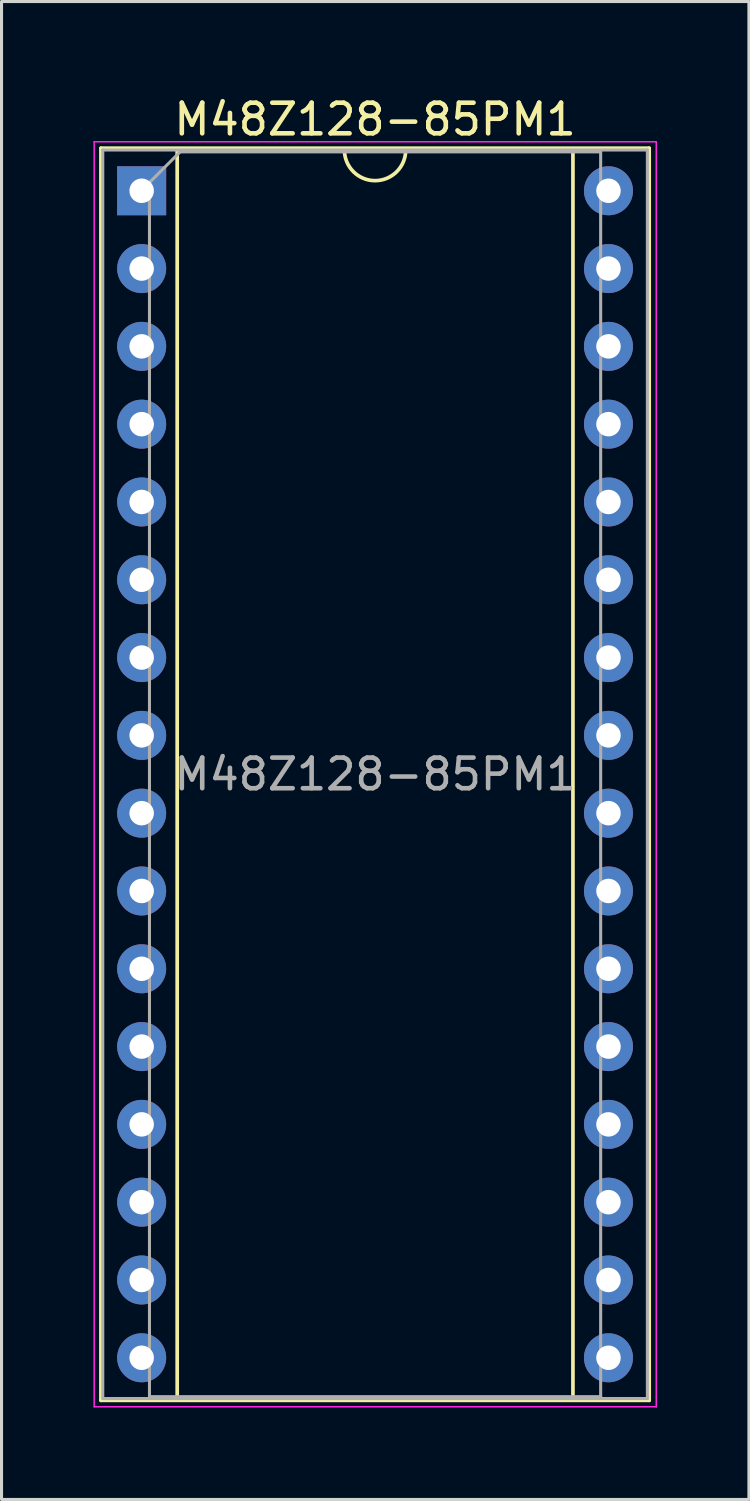
<source format=kicad_pcb>
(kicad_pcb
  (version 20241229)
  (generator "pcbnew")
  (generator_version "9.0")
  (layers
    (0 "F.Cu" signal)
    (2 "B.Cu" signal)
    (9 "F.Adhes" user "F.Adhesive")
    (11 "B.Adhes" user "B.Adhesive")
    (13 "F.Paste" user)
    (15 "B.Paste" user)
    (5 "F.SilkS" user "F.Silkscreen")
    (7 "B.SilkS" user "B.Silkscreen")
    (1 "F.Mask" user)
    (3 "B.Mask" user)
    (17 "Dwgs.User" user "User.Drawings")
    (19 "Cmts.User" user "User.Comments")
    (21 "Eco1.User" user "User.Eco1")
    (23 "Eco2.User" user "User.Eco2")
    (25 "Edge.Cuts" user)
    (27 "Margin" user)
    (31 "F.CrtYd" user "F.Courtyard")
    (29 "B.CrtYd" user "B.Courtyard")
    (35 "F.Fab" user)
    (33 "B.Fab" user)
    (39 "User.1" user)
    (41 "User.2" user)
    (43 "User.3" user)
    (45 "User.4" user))
  (footprint "M48Z128-85PM1"
    (layer "F.Cu")
    (at 1.575 3.178)
    (property "Reference" "M48Z128-85PM1" (at 7.62 -2.33 0) (layer "F.SilkS") (effects (font (size 1 1) (thickness 0.15))))
    (attr through_hole)
    (fp_line (start -1.33 -1.39) (end -1.33 39.49) (stroke (width 0.12) (type solid)) (layer "F.SilkS"))
    (fp_line (start -1.33 39.49) (end 16.57 39.49) (stroke (width 0.12) (type solid)) (layer "F.SilkS"))
    (fp_line (start 1.16 -1.33) (end 1.16 39.43) (stroke (width 0.12) (type solid)) (layer "F.SilkS"))
    (fp_line (start 1.16 39.43) (end 14.08 39.43) (stroke (width 0.12) (type solid)) (layer "F.SilkS"))
    (fp_line (start 6.62 -1.33) (end 1.16 -1.33) (stroke (width 0.12) (type solid)) (layer "F.SilkS"))
    (fp_line (start 14.08 -1.33) (end 8.62 -1.33) (stroke (width 0.12) (type solid)) (layer "F.SilkS"))
    (fp_line (start 14.08 39.43) (end 14.08 -1.33) (stroke (width 0.12) (type solid)) (layer "F.SilkS"))
    (fp_line (start 16.57 -1.39) (end -1.33 -1.39) (stroke (width 0.12) (type solid)) (layer "F.SilkS"))
    (fp_line (start 16.57 39.49) (end 16.57 -1.39) (stroke (width 0.12) (type solid)) (layer "F.SilkS"))
    (fp_arc (start 8.62 -1.33) (mid 7.62 -0.33) (end 6.62 -1.33) (stroke (width 0.12) (type solid)) (layer "F.SilkS"))
    (fp_line (start -1.55 -1.6) (end -1.55 39.7) (stroke (width 0.05) (type solid)) (layer "F.CrtYd"))
    (fp_line (start -1.55 39.7) (end 16.8 39.7) (stroke (width 0.05) (type solid)) (layer "F.CrtYd"))
    (fp_line (start 16.8 -1.6) (end -1.55 -1.6) (stroke (width 0.05) (type solid)) (layer "F.CrtYd"))
    (fp_line (start 16.8 39.7) (end 16.8 -1.6) (stroke (width 0.05) (type solid)) (layer "F.CrtYd"))
    (fp_line (start -1.27 -1.33) (end -1.27 39.43) (stroke (width 0.1) (type solid)) (layer "F.Fab"))
    (fp_line (start -1.27 39.43) (end 16.51 39.43) (stroke (width 0.1) (type solid)) (layer "F.Fab"))
    (fp_line (start 0.255 -0.27) (end 1.255 -1.27) (stroke (width 0.1) (type solid)) (layer "F.Fab"))
    (fp_line (start 0.255 39.37) (end 0.255 -0.27) (stroke (width 0.1) (type solid)) (layer "F.Fab"))
    (fp_line (start 1.255 -1.27) (end 14.985 -1.27) (stroke (width 0.1) (type solid)) (layer "F.Fab"))
    (fp_line (start 14.985 -1.27) (end 14.985 39.37) (stroke (width 0.1) (type solid)) (layer "F.Fab"))
    (fp_line (start 14.985 39.37) (end 0.255 39.37) (stroke (width 0.1) (type solid)) (layer "F.Fab"))
    (fp_line (start 16.51 -1.33) (end -1.27 -1.33) (stroke (width 0.1) (type solid)) (layer "F.Fab"))
    (fp_line (start 16.51 39.43) (end 16.51 -1.33) (stroke (width 0.1) (type solid)) (layer "F.Fab"))
    (fp_text user "${REFERENCE}" (at 7.62 19.05 0) (layer "F.Fab") (effects (font (size 1 1) (thickness 0.15))))
    (pad "1" thru_hole rect (at 0 0) (size 1.6 1.6) (drill 0.8) (layers "*.Cu" "*.Mask"))
    (pad "2" thru_hole oval (at 0 2.54) (size 1.6 1.6) (drill 0.8) (layers "*.Cu" "*.Mask"))
    (pad "3" thru_hole oval (at 0 5.08) (size 1.6 1.6) (drill 0.8) (layers "*.Cu" "*.Mask"))
    (pad "4" thru_hole oval (at 0 7.62) (size 1.6 1.6) (drill 0.8) (layers "*.Cu" "*.Mask"))
    (pad "5" thru_hole oval (at 0 10.16) (size 1.6 1.6) (drill 0.8) (layers "*.Cu" "*.Mask"))
    (pad "6" thru_hole oval (at 0 12.7) (size 1.6 1.6) (drill 0.8) (layers "*.Cu" "*.Mask"))
    (pad "7" thru_hole oval (at 0 15.24) (size 1.6 1.6) (drill 0.8) (layers "*.Cu" "*.Mask"))
    (pad "8" thru_hole oval (at 0 17.78) (size 1.6 1.6) (drill 0.8) (layers "*.Cu" "*.Mask"))
    (pad "9" thru_hole oval (at 0 20.32) (size 1.6 1.6) (drill 0.8) (layers "*.Cu" "*.Mask"))
    (pad "10" thru_hole oval (at 0 22.86) (size 1.6 1.6) (drill 0.8) (layers "*.Cu" "*.Mask"))
    (pad "11" thru_hole oval (at 0 25.4) (size 1.6 1.6) (drill 0.8) (layers "*.Cu" "*.Mask"))
    (pad "12" thru_hole oval (at 0 27.94) (size 1.6 1.6) (drill 0.8) (layers "*.Cu" "*.Mask"))
    (pad "13" thru_hole oval (at 0 30.48) (size 1.6 1.6) (drill 0.8) (layers "*.Cu" "*.Mask"))
    (pad "14" thru_hole oval (at 0 33.02) (size 1.6 1.6) (drill 0.8) (layers "*.Cu" "*.Mask"))
    (pad "15" thru_hole oval (at 0 35.56) (size 1.6 1.6) (drill 0.8) (layers "*.Cu" "*.Mask"))
    (pad "16" thru_hole oval (at 0 38.1) (size 1.6 1.6) (drill 0.8) (layers "*.Cu" "*.Mask"))
    (pad "17" thru_hole oval (at 15.24 38.1) (size 1.6 1.6) (drill 0.8) (layers "*.Cu" "*.Mask"))
    (pad "18" thru_hole oval (at 15.24 35.56) (size 1.6 1.6) (drill 0.8) (layers "*.Cu" "*.Mask"))
    (pad "19" thru_hole oval (at 15.24 33.02) (size 1.6 1.6) (drill 0.8) (layers "*.Cu" "*.Mask"))
    (pad "20" thru_hole oval (at 15.24 30.48) (size 1.6 1.6) (drill 0.8) (layers "*.Cu" "*.Mask"))
    (pad "21" thru_hole oval (at 15.24 27.94) (size 1.6 1.6) (drill 0.8) (layers "*.Cu" "*.Mask"))
    (pad "22" thru_hole oval (at 15.24 25.4) (size 1.6 1.6) (drill 0.8) (layers "*.Cu" "*.Mask"))
    (pad "23" thru_hole oval (at 15.24 22.86) (size 1.6 1.6) (drill 0.8) (layers "*.Cu" "*.Mask"))
    (pad "24" thru_hole oval (at 15.24 20.32) (size 1.6 1.6) (drill 0.8) (layers "*.Cu" "*.Mask"))
    (pad "25" thru_hole oval (at 15.24 17.78) (size 1.6 1.6) (drill 0.8) (layers "*.Cu" "*.Mask"))
    (pad "26" thru_hole oval (at 15.24 15.24) (size 1.6 1.6) (drill 0.8) (layers "*.Cu" "*.Mask"))
    (pad "27" thru_hole oval (at 15.24 12.7) (size 1.6 1.6) (drill 0.8) (layers "*.Cu" "*.Mask"))
    (pad "28" thru_hole oval (at 15.24 10.16) (size 1.6 1.6) (drill 0.8) (layers "*.Cu" "*.Mask"))
    (pad "29" thru_hole oval (at 15.24 7.62) (size 1.6 1.6) (drill 0.8) (layers "*.Cu" "*.Mask"))
    (pad "30" thru_hole oval (at 15.24 5.08) (size 1.6 1.6) (drill 0.8) (layers "*.Cu" "*.Mask"))
    (pad "31" thru_hole oval (at 15.24 2.54) (size 1.6 1.6) (drill 0.8) (layers "*.Cu" "*.Mask"))
    (pad "32" thru_hole oval (at 15.24 0) (size 1.6 1.6) (drill 0.8) (layers "*.Cu" "*.Mask")))
  (gr_rect
    (start -3 -3)
    (end 21.4 45.903)
    (stroke (width 0.1) (type default))
    (fill no)
    (layer "Edge.Cuts")))
</source>
